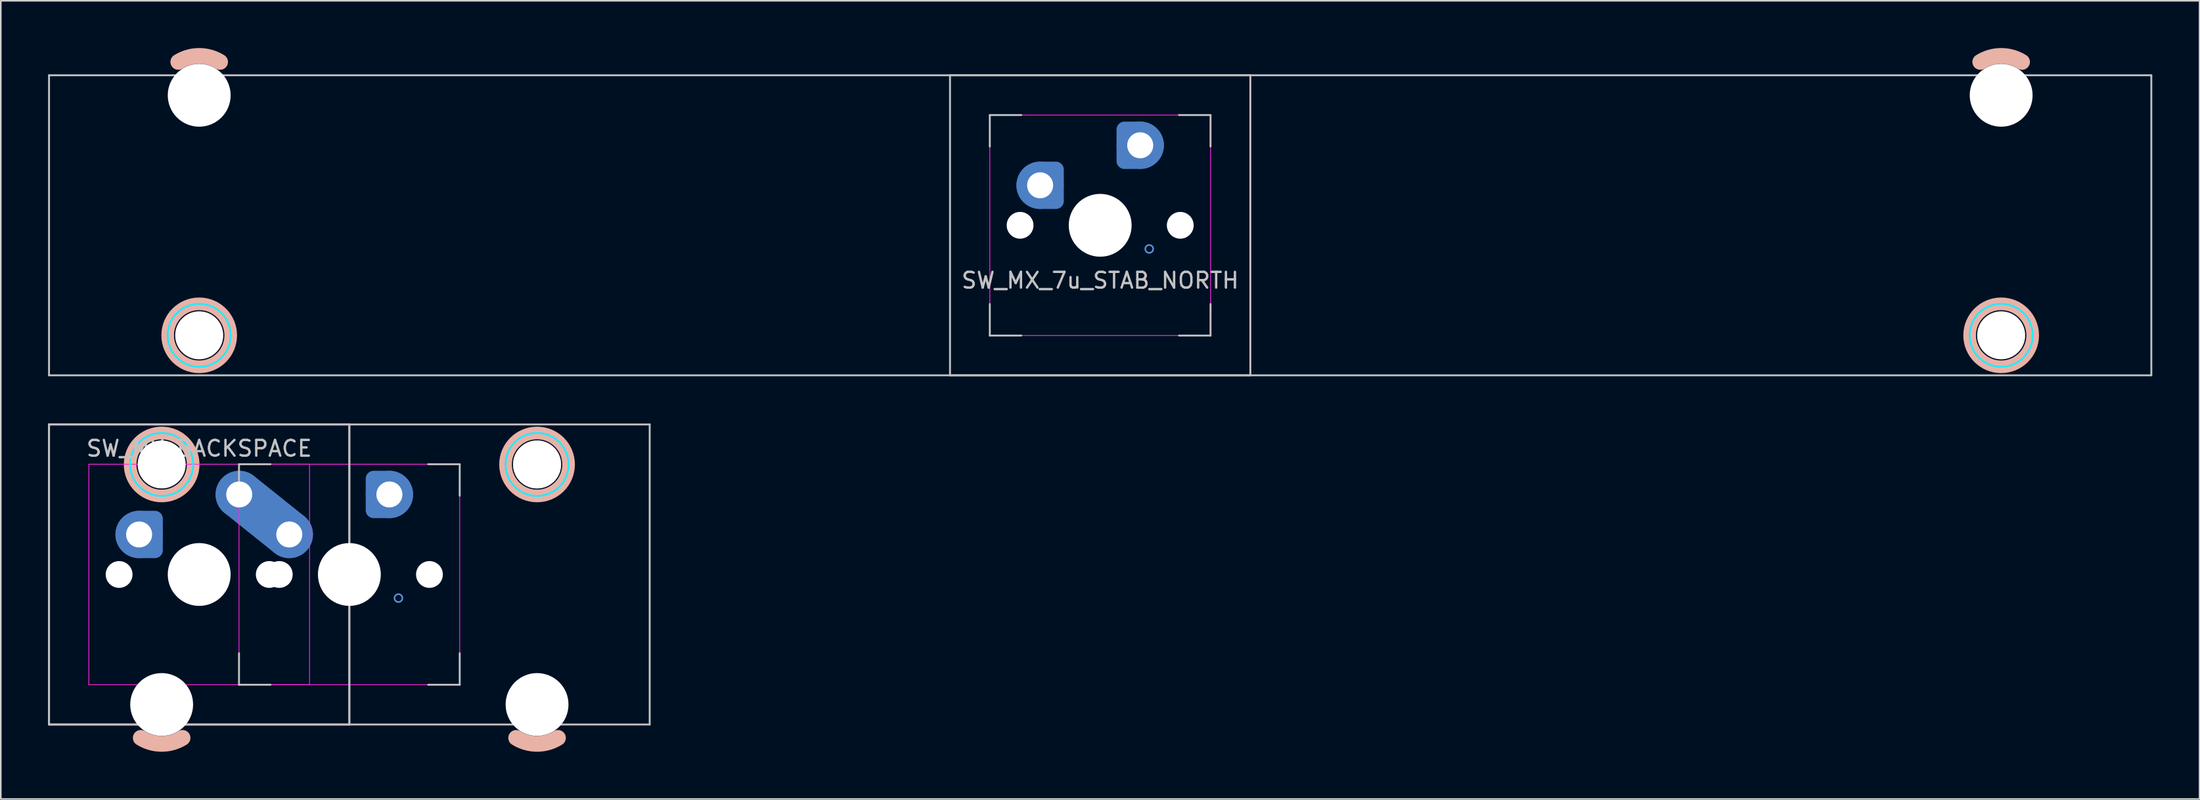
<source format=kicad_pcb>
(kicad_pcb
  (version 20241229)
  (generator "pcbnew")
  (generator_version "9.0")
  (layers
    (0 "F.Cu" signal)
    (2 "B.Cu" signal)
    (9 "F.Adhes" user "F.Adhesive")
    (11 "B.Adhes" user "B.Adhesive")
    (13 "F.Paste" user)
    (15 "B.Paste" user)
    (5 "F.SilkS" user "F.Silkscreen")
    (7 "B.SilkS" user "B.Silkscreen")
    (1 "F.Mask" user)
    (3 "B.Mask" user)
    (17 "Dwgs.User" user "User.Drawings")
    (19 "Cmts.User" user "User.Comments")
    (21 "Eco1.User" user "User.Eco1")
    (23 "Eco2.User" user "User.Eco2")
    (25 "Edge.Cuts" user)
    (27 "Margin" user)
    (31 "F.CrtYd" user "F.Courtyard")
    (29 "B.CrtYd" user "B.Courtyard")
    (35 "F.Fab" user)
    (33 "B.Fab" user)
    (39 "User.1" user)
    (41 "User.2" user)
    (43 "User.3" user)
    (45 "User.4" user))
  (footprint "SW_MX_BACKSPACE"
    (layer "F.Cu")
    (at 9.585 33.425)
    (property "Reference" "SW_MX_BACKSPACE" (at 0 -8 0) (layer "Dwgs.User") (effects (font (size 1 1) (thickness 0.15))))
    (attr through_hole exclude_from_pos_files exclude_from_bom)
    (fp_arc (start -1.056252 10.374995) (mid -2.38125 10.755) (end -3.706248 10.374995) (stroke (width 1) (type default)) (layer "B.SilkS"))
    (fp_arc (start 22.756248 10.374995) (mid 21.43125 10.755) (end 20.106252 10.374995) (stroke (width 1) (type default)) (layer "B.SilkS"))
    (fp_circle (center -2.381 -6.985) (end -4.381 -6.985) (stroke (width 0.8) (type solid)) (fill no) (layer "B.SilkS"))
    (fp_circle (center 21.431 -6.985) (end 19.431 -6.985) (stroke (width 0.8) (type solid)) (fill no) (layer "B.SilkS"))
    (fp_line (start -9.525 -9.525) (end -9.525 9.525) (stroke (width 0.12) (type solid)) (layer "Dwgs.User"))
    (fp_line (start -9.525 -9.525) (end -9.525 9.525) (stroke (width 0.12) (type solid)) (layer "Dwgs.User"))
    (fp_line (start -9.525 -9.525) (end 28.575 -9.525) (stroke (width 0.12) (type solid)) (layer "Dwgs.User"))
    (fp_line (start -9.525 9.525) (end 9.525 9.525) (stroke (width 0.12) (type solid)) (layer "Dwgs.User"))
    (fp_line (start -9.525 9.525) (end 28.575 9.525) (stroke (width 0.12) (type solid)) (layer "Dwgs.User"))
    (fp_line (start 2.525 -7) (end 4.525 -7) (stroke (width 0.12) (type solid)) (layer "Dwgs.User"))
    (fp_line (start 2.525 -5) (end 2.525 -7) (stroke (width 0.12) (type solid)) (layer "Dwgs.User"))
    (fp_line (start 2.525 7) (end 2.525 5) (stroke (width 0.12) (type solid)) (layer "Dwgs.User"))
    (fp_line (start 4.525 7) (end 2.525 7) (stroke (width 0.12) (type solid)) (layer "Dwgs.User"))
    (fp_line (start 9.525 -9.525) (end -9.525 -9.525) (stroke (width 0.12) (type solid)) (layer "Dwgs.User"))
    (fp_line (start 9.525 -9.525) (end 9.525 9.525) (stroke (width 0.12) (type solid)) (layer "Dwgs.User"))
    (fp_line (start 9.525 9.525) (end 9.525 -9.525) (stroke (width 0.12) (type solid)) (layer "Dwgs.User"))
    (fp_line (start 14.525 -7) (end 16.525 -7) (stroke (width 0.12) (type solid)) (layer "Dwgs.User"))
    (fp_line (start 14.525 7) (end 16.525 7) (stroke (width 0.12) (type solid)) (layer "Dwgs.User"))
    (fp_line (start 16.525 -7) (end 16.525 -5) (stroke (width 0.12) (type solid)) (layer "Dwgs.User"))
    (fp_line (start 16.525 7) (end 16.525 5) (stroke (width 0.12) (type solid)) (layer "Dwgs.User"))
    (fp_line (start 28.575 -9.525) (end 28.575 9.525) (stroke (width 0.12) (type solid)) (layer "Dwgs.User"))
    (fp_circle (center -3.81 -2.54) (end -3.81 -2.79) (stroke (width 0.1) (type default)) (fill no) (layer "Cmts.User"))
    (fp_circle (center 12.065 -5.08) (end 12.065 -4.83) (stroke (width 0.1) (type default)) (fill no) (layer "Cmts.User"))
    (fp_circle (center 12.637 1.5) (end 12.887 1.5) (stroke (width 0.1) (type default)) (fill no) (layer "Cmts.User"))
    (fp_line (start -7 6.5) (end -7 -6.5) (stroke (width 0.05) (type solid)) (layer "Eco2.User"))
    (fp_line (start -6.5 -7) (end 6.5 -7) (stroke (width 0.05) (type solid)) (layer "Eco2.User"))
    (fp_line (start -5.756 -5.5) (end -5.756 7.5) (stroke (width 0.05) (type solid)) (layer "Eco2.User"))
    (fp_line (start -5.256 -6) (end 0.494 -6) (stroke (width 0.05) (type solid)) (layer "Eco2.User"))
    (fp_line (start -5.256 8) (end 0.494 8) (stroke (width 0.05) (type solid)) (layer "Eco2.User"))
    (fp_line (start 0.994 -5.5) (end 0.994 7.5) (stroke (width 0.05) (type solid)) (layer "Eco2.User"))
    (fp_line (start 2.525 6.5) (end 2.525 -6.5) (stroke (width 0.05) (type solid)) (layer "Eco2.User"))
    (fp_line (start 3.025 -7) (end 16.025 -7) (stroke (width 0.05) (type solid)) (layer "Eco2.User"))
    (fp_line (start 6.5 7) (end -6.5 7) (stroke (width 0.05) (type solid)) (layer "Eco2.User"))
    (fp_line (start 16.025 7) (end 3.025 7) (stroke (width 0.05) (type solid)) (layer "Eco2.User"))
    (fp_line (start 16.525 -6.5) (end 16.525 6.5) (stroke (width 0.05) (type solid)) (layer "Eco2.User"))
    (fp_line (start 18.056 -5.5) (end 18.056 7.5) (stroke (width 0.05) (type solid)) (layer "Eco2.User"))
    (fp_line (start 18.556 -6) (end 24.305 -6) (stroke (width 0.05) (type solid)) (layer "Eco2.User"))
    (fp_line (start 18.556 8) (end 24.306 8) (stroke (width 0.05) (type solid)) (layer "Eco2.User"))
    (fp_line (start 24.805 -5.5) (end 24.806 7.5) (stroke (width 0.05) (type solid)) (layer "Eco2.User"))
    (fp_arc (start -7 -6.5) (mid -6.853553 -6.853553) (end -6.5 -7) (stroke (width 0.05) (type solid)) (layer "Eco2.User"))
    (fp_arc (start -6.5 7) (mid -6.853553 6.853553) (end -7 6.5) (stroke (width 0.05) (type solid)) (layer "Eco2.User"))
    (fp_arc (start -5.75625 -5.499999) (mid -5.609803 -5.853552) (end -5.25625 -5.999999) (stroke (width 0.05) (type solid)) (layer "Eco2.User"))
    (fp_arc (start -5.25625 8.000001) (mid -5.609803 7.853554) (end -5.75625 7.500001) (stroke (width 0.05) (type solid)) (layer "Eco2.User"))
    (fp_arc (start 0.49375 -5.999999) (mid 0.847303 -5.853552) (end 0.99375 -5.499999) (stroke (width 0.05) (type solid)) (layer "Eco2.User"))
    (fp_arc (start 0.99375 7.500001) (mid 0.847303 7.853554) (end 0.49375 8.000001) (stroke (width 0.05) (type solid)) (layer "Eco2.User"))
    (fp_arc (start 2.525 -6.5) (mid 2.671447 -6.853553) (end 3.025 -7) (stroke (width 0.05) (type solid)) (layer "Eco2.User"))
    (fp_arc (start 3.025 7) (mid 2.671447 6.853553) (end 2.525 6.5) (stroke (width 0.05) (type solid)) (layer "Eco2.User"))
    (fp_arc (start 6.5 -7) (mid 6.853553 -6.853553) (end 7 -6.5) (stroke (width 0.05) (type solid)) (layer "Eco2.User"))
    (fp_arc (start 6.997236 6.498884) (mid 6.850789 6.852437) (end 6.497236 6.998884) (stroke (width 0.05) (type solid)) (layer "Eco2.User"))
    (fp_arc (start 16.025 -7) (mid 16.378553 -6.853553) (end 16.525 -6.5) (stroke (width 0.05) (type solid)) (layer "Eco2.User"))
    (fp_arc (start 16.522236 6.498884) (mid 16.375789 6.852437) (end 16.022236 6.998884) (stroke (width 0.05) (type solid)) (layer "Eco2.User"))
    (fp_arc (start 18.05625 -5.499999) (mid 18.202697 -5.853552) (end 18.55625 -5.999999) (stroke (width 0.05) (type solid)) (layer "Eco2.User"))
    (fp_arc (start 18.55625 8.000001) (mid 18.202697 7.853554) (end 18.05625 7.500001) (stroke (width 0.05) (type solid)) (layer "Eco2.User"))
    (fp_arc (start 24.305039 -5.999999) (mid 24.658592 -5.853552) (end 24.805039 -5.499999) (stroke (width 0.05) (type solid)) (layer "Eco2.User"))
    (fp_arc (start 24.80625 7.500001) (mid 24.659803 7.853554) (end 24.30625 8.000001) (stroke (width 0.05) (type solid)) (layer "Eco2.User"))
    (fp_circle (center -2.381 -6.985) (end -0.381 -6.985) (stroke (width 0.12) (type solid)) (fill no) (layer "B.CrtYd"))
    (fp_circle (center 21.431 -6.985) (end 23.431 -6.985) (stroke (width 0.12) (type solid)) (fill no) (layer "B.CrtYd"))
    (fp_line (start -7 -7) (end -7 7) (stroke (width 0.05) (type solid)) (layer "F.CrtYd"))
    (fp_line (start -7 7) (end 7 7) (stroke (width 0.05) (type solid)) (layer "F.CrtYd"))
    (fp_line (start 2.525 -7) (end 2.525 7) (stroke (width 0.05) (type solid)) (layer "F.CrtYd"))
    (fp_line (start 2.525 7) (end 16.525 7) (stroke (width 0.05) (type solid)) (layer "F.CrtYd"))
    (fp_line (start 7 -7) (end -7 -7) (stroke (width 0.05) (type solid)) (layer "F.CrtYd"))
    (fp_line (start 7 7) (end 7 -7) (stroke (width 0.05) (type solid)) (layer "F.CrtYd"))
    (fp_line (start 16.525 -7) (end 2.525 -7) (stroke (width 0.05) (type solid)) (layer "F.CrtYd"))
    (fp_line (start 16.525 7) (end 16.525 -7) (stroke (width 0.05) (type solid)) (layer "F.CrtYd"))
    (pad "" np_thru_hole circle (at -5.08 0) (size 1.7 1.7) (drill 1.7) (layers "*.Cu" "*.Mask"))
    (pad "" np_thru_hole circle (at -2.381 -6.985) (size 3.048 3.048) (drill 3.048) (layers "*.Cu" "*.Mask"))
    (pad "" np_thru_hole circle (at -2.381 8.255) (size 3.988 3.988) (drill 3.988) (layers "*.Cu" "*.Mask"))
    (pad "" np_thru_hole circle (at 0 0) (size 3.988 3.988) (drill 3.988) (layers "*.Cu" "*.Mask"))
    (pad "" np_thru_hole circle (at 4.445 0) (size 1.7 1.7) (drill 1.7) (layers "*.Cu" "*.Mask"))
    (pad "" np_thru_hole circle (at 5.08 0) (size 1.7 1.7) (drill 1.7) (layers "*.Cu" "*.Mask"))
    (pad "" np_thru_hole circle (at 9.525 0) (size 3.988 3.988) (drill 3.988) (layers "*.Cu" "*.Mask"))
    (pad "" np_thru_hole circle (at 14.605 0) (size 1.7 1.7) (drill 1.7) (layers "*.Cu" "*.Mask"))
    (pad "" thru_hole circle (at 21.431 -6.985) (size 3.048 3.048) (drill 3.048) (layers "*.Cu" "*.Mask"))
    (pad "" np_thru_hole circle (at 21.431 8.255) (size 3.988 3.988) (drill 3.988) (layers "*.Cu" "*.Mask"))
    (pad "1" thru_hole circle (at -3.81 -2.54) (size 2 2) (drill 1.65) (layers "*.Cu") (remove_unused_layers yes) (keep_end_layers yes) (zone_layer_connections))
    (pad "1" smd custom (at -3.81 -2.54) (size 2.5 2.5) (layers "B.Cu" "B.Mask") (options (anchor circle)) (primitives (gr_poly (pts (arc (start 1.25 -1) (mid 1.176777 -1.176777) (end 1 -1.25)) (arc (start 0 -1.25) (mid -1.25 0) (end 0 1.25)) (arc (start 1 1.25) (mid 1.176777 1.176777) (end 1.25 1))) (width 0.004) (fill yes))))
    (pad "1" smd circle (at -3.81 -2.54) (size 3 3) (layers "B.Cu"))
    (pad "1" smd custom (at -3.81 -2.54) (size 3 3) (layers "B.Cu") (options (anchor circle)) (primitives (gr_poly (pts (arc (start 0 1.5) (mid -1.5 0) (end 0 -1.5)) (arc (start 1 -1.5) (mid 1.353554 -1.353554) (end 1.5 -1)) (arc (start 1.5 1) (mid 1.353554 1.353554) (end 1 1.5))) (width 0.004) (fill yes))))
    (pad "1" thru_hole circle (at 12.065 -5.08 180) (size 2 2) (drill 1.65) (layers "*.Cu") (remove_unused_layers yes) (keep_end_layers yes) (zone_layer_connections))
    (pad "1" smd custom (at 12.065 -5.08 180) (size 2.5 2.5) (layers "B.Cu" "B.Mask") (options (anchor circle)) (primitives (gr_poly (pts (arc (start 1.25 -1) (mid 1.176777 -1.176777) (end 1 -1.25)) (arc (start 0 -1.25) (mid -1.25 0) (end 0 1.25)) (arc (start 1 1.25) (mid 1.176777 1.176777) (end 1.25 1))) (width 0.004) (fill yes))))
    (pad "1" smd circle (at 12.065 -5.08 180) (size 3 3) (layers "B.Cu"))
    (pad "1" smd custom (at 12.065 -5.08 180) (size 3 3) (layers "B.Cu") (options (anchor circle)) (primitives (gr_poly (pts (arc (start 0 1.5) (mid -1.5 0) (end 0 -1.5)) (arc (start 1 -1.5) (mid 1.353554 -1.353554) (end 1.5 -1)) (arc (start 1.5 1) (mid 1.353554 1.353554) (end 1 1.5))) (width 0.004) (fill yes))))
    (pad "2" thru_hole circle (at 2.54 -5.08) (size 2 2) (drill 1.65) (layers "*.Cu") (remove_unused_layers yes) (keep_end_layers yes) (zone_layer_connections))
    (pad "2" smd circle (at 2.54 -5.08) (size 2.5 2.5) (layers "B.Cu" "B.Mask"))
    (pad "2" smd circle (at 2.54 -5.08 180) (size 3 3) (layers "B.Cu"))
    (pad "2" smd oval (at 4.128 -3.81 321.3) (size 6.033 2) (layers "F.Cu"))
    (pad "2" smd oval (at 4.128 -3.81 321.3) (size 7.066 3) (layers "B.Cu"))
    (pad "2" thru_hole circle (at 5.715 -2.54) (size 2 2) (drill 1.65) (layers "*.Cu") (remove_unused_layers yes) (keep_end_layers yes) (zone_layer_connections))
    (pad "2" smd circle (at 5.715 -2.54 180) (size 2.5 2.5) (layers "B.Cu" "B.Mask"))
    (pad "2" smd circle (at 5.715 -2.54 180) (size 3 3) (layers "B.Cu")))
  (footprint "SW_MX_7u_STAB_NORTH"
    (layer "F.Cu")
    (at 66.735 11.255)
    (property "Reference" "SW_MX_7u_STAB_NORTH" (at 0 3.5 0) (layer "Dwgs.User") (effects (font (size 1 1) (thickness 0.15))))
    (attr through_hole exclude_from_pos_files exclude_from_bom)
    (fp_arc (start -58.474998 -10.374995) (mid -57.15 -10.755) (end -55.825002 -10.374995) (stroke (width 1) (type default)) (layer "B.SilkS"))
    (fp_arc (start 55.825002 -10.374995) (mid 57.15 -10.755) (end 58.474998 -10.374995) (stroke (width 1) (type default)) (layer "B.SilkS"))
    (fp_circle (center -57.15 6.985) (end -55.15 6.985) (stroke (width 0.8) (type solid)) (fill no) (layer "B.SilkS"))
    (fp_circle (center 57.15 6.985) (end 59.15 6.985) (stroke (width 0.8) (type solid)) (fill no) (layer "B.SilkS"))
    (fp_line (start -66.675 9.525) (end -66.675 -9.525) (stroke (width 0.12) (type solid)) (layer "Dwgs.User"))
    (fp_line (start -9.525 -9.525) (end -9.525 9.525) (stroke (width 0.12) (type solid)) (layer "Dwgs.User"))
    (fp_line (start -9.525 9.525) (end 9.525 9.525) (stroke (width 0.12) (type solid)) (layer "Dwgs.User"))
    (fp_line (start -7 -7) (end -7 -5) (stroke (width 0.12) (type solid)) (layer "Dwgs.User"))
    (fp_line (start -7 7) (end -7 5) (stroke (width 0.12) (type solid)) (layer "Dwgs.User"))
    (fp_line (start -5 -7) (end -7 -7) (stroke (width 0.12) (type solid)) (layer "Dwgs.User"))
    (fp_line (start -5 7) (end -7 7) (stroke (width 0.12) (type solid)) (layer "Dwgs.User"))
    (fp_line (start 5 -7) (end 7 -7) (stroke (width 0.12) (type solid)) (layer "Dwgs.User"))
    (fp_line (start 7 -7) (end 7 -5) (stroke (width 0.12) (type solid)) (layer "Dwgs.User"))
    (fp_line (start 7 5) (end 7 7) (stroke (width 0.12) (type solid)) (layer "Dwgs.User"))
    (fp_line (start 7 7) (end 5 7) (stroke (width 0.12) (type solid)) (layer "Dwgs.User"))
    (fp_line (start 9.525 -9.525) (end -9.525 -9.525) (stroke (width 0.12) (type solid)) (layer "Dwgs.User"))
    (fp_line (start 9.525 9.525) (end 9.525 -9.525) (stroke (width 0.12) (type solid)) (layer "Dwgs.User"))
    (fp_line (start 66.675 -9.525) (end -66.675 -9.525) (stroke (width 0.12) (type solid)) (layer "Dwgs.User"))
    (fp_line (start 66.675 9.525) (end -66.675 9.525) (stroke (width 0.12) (type solid)) (layer "Dwgs.User"))
    (fp_line (start 66.675 9.525) (end 66.675 -9.525) (stroke (width 0.12) (type solid)) (layer "Dwgs.User"))
    (fp_circle (center -3.81 -2.54) (end -3.81 -2.79) (stroke (width 0.1) (type default)) (fill no) (layer "Cmts.User"))
    (fp_circle (center 2.54 -5.08) (end 2.54 -5.33) (stroke (width 0.1) (type default)) (fill no) (layer "Cmts.User"))
    (fp_circle (center 3.112 1.5) (end 3.362 1.5) (stroke (width 0.1) (type default)) (fill no) (layer "Cmts.User"))
    (fp_line (start -60.524 5.5) (end -60.525 -7.5) (stroke (width 0.05) (type solid)) (layer "Eco2.User"))
    (fp_line (start -54.275 -8) (end -60.025 -8) (stroke (width 0.05) (type solid)) (layer "Eco2.User"))
    (fp_line (start -54.275 6) (end -60.024 6) (stroke (width 0.05) (type solid)) (layer "Eco2.User"))
    (fp_line (start -53.775 5.5) (end -53.775 -7.5) (stroke (width 0.05) (type solid)) (layer "Eco2.User"))
    (fp_line (start -7 6.5) (end -7 -6.5) (stroke (width 0.05) (type solid)) (layer "Eco2.User"))
    (fp_line (start -6.5 -7) (end 6.5 -7) (stroke (width 0.05) (type solid)) (layer "Eco2.User"))
    (fp_line (start 6.5 7) (end -6.5 7) (stroke (width 0.05) (type solid)) (layer "Eco2.User"))
    (fp_line (start 7 -6.5) (end 7 6.5) (stroke (width 0.05) (type solid)) (layer "Eco2.User"))
    (fp_line (start 53.775 5.5) (end 53.775 -7.5) (stroke (width 0.05) (type solid)) (layer "Eco2.User"))
    (fp_line (start 60.025 -8) (end 54.275 -8) (stroke (width 0.05) (type solid)) (layer "Eco2.User"))
    (fp_line (start 60.025 6) (end 54.275 6) (stroke (width 0.05) (type solid)) (layer "Eco2.User"))
    (fp_line (start 60.525 5.5) (end 60.525 -7.5) (stroke (width 0.05) (type solid)) (layer "Eco2.User"))
    (fp_arc (start -60.525 -7.500001) (mid -60.378553 -7.853554) (end -60.025 -8.000001) (stroke (width 0.05) (type solid)) (layer "Eco2.User"))
    (fp_arc (start -60.023789 5.999999) (mid -60.377347 5.853557) (end -60.523789 5.499999) (stroke (width 0.05) (type solid)) (layer "Eco2.User"))
    (fp_arc (start -54.275 -8.000001) (mid -53.921447 -7.853554) (end -53.775 -7.500001) (stroke (width 0.05) (type solid)) (layer "Eco2.User"))
    (fp_arc (start -53.775 5.499999) (mid -53.921446 5.853553) (end -54.275 5.999999) (stroke (width 0.05) (type solid)) (layer "Eco2.User"))
    (fp_arc (start -7 -6.5) (mid -6.853553 -6.853553) (end -6.5 -7) (stroke (width 0.05) (type solid)) (layer "Eco2.User"))
    (fp_arc (start -6.5 7) (mid -6.853553 6.853553) (end -7 6.5) (stroke (width 0.05) (type solid)) (layer "Eco2.User"))
    (fp_arc (start 6.5 -7) (mid 6.853553 -6.853553) (end 7 -6.5) (stroke (width 0.05) (type solid)) (layer "Eco2.User"))
    (fp_arc (start 6.997236 6.498884) (mid 6.850789 6.852437) (end 6.497236 6.998884) (stroke (width 0.05) (type solid)) (layer "Eco2.User"))
    (fp_arc (start 53.775 -7.500001) (mid 53.921447 -7.853554) (end 54.275 -8.000001) (stroke (width 0.05) (type solid)) (layer "Eco2.User"))
    (fp_arc (start 54.275 5.999999) (mid 53.921447 5.853552) (end 53.775 5.499999) (stroke (width 0.05) (type solid)) (layer "Eco2.User"))
    (fp_arc (start 60.025 -8.000001) (mid 60.378553 -7.853554) (end 60.525 -7.500001) (stroke (width 0.05) (type solid)) (layer "Eco2.User"))
    (fp_arc (start 60.525 5.499999) (mid 60.378553 5.853552) (end 60.025 5.999999) (stroke (width 0.05) (type solid)) (layer "Eco2.User"))
    (fp_circle (center -57.15 6.985) (end -59.15 6.985) (stroke (width 0.12) (type solid)) (fill no) (layer "B.CrtYd"))
    (fp_circle (center 57.15 6.985) (end 55.15 6.985) (stroke (width 0.12) (type solid)) (fill no) (layer "B.CrtYd"))
    (fp_line (start -7 -7) (end -7 7) (stroke (width 0.05) (type solid)) (layer "F.CrtYd"))
    (fp_line (start -7 7) (end 7 7) (stroke (width 0.05) (type solid)) (layer "F.CrtYd"))
    (fp_line (start 7 -7) (end -7 -7) (stroke (width 0.05) (type solid)) (layer "F.CrtYd"))
    (fp_line (start 7 7) (end 7 -7) (stroke (width 0.05) (type solid)) (layer "F.CrtYd"))
    (pad "" np_thru_hole circle (at -57.15 -8.255 180) (size 3.988 3.988) (drill 3.988) (layers "*.Cu" "*.Mask"))
    (pad "" np_thru_hole circle (at -57.15 6.985 180) (size 3.048 3.048) (drill 3.048) (layers "*.Cu" "*.Mask"))
    (pad "" np_thru_hole circle (at -5.08 0) (size 1.7 1.7) (drill 1.7) (layers "*.Cu" "*.Mask"))
    (pad "" np_thru_hole circle (at 0 0) (size 3.988 3.988) (drill 3.988) (layers "*.Cu" "*.Mask"))
    (pad "" np_thru_hole circle (at 5.08 0) (size 1.7 1.7) (drill 1.7) (layers "*.Cu" "*.Mask"))
    (pad "" np_thru_hole circle (at 57.15 -8.255 180) (size 3.988 3.988) (drill 3.988) (layers "*.Cu" "*.Mask"))
    (pad "" np_thru_hole circle (at 57.15 6.985 180) (size 3.048 3.048) (drill 3.048) (layers "*.Cu" "*.Mask"))
    (pad "1" thru_hole circle (at -3.81 -2.54) (size 2 2) (drill 1.65) (layers "*.Cu") (remove_unused_layers yes) (keep_end_layers yes) (zone_layer_connections))
    (pad "1" smd custom (at -3.81 -2.54) (size 2.7 2.7) (layers "B.Cu" "B.Mask") (options (anchor circle)) (primitives (gr_poly (pts (arc (start 0 1.35) (mid -1.35 0) (end 0 -1.35)) (arc (start 0.9 -1.35) (mid 1.218198 -1.218198) (end 1.35 -0.9)) (arc (start 1.35 0.9) (mid 1.218198 1.218198) (end 0.9 1.35))) (width 0.004) (fill yes))))
    (pad "1" smd circle (at -3.81 -2.54) (size 3 3) (layers "B.Cu"))
    (pad "1" smd custom (at -3.81 -2.54) (size 3 3) (layers "B.Cu") (options (anchor circle)) (primitives (gr_poly (pts (arc (start 0 1.5) (mid -1.5 0) (end 0 -1.5)) (arc (start 1 -1.5) (mid 1.353554 -1.353554) (end 1.5 -1)) (arc (start 1.5 1) (mid 1.353554 1.353554) (end 1 1.5))) (width 0.004) (fill yes))))
    (pad "2" thru_hole circle (at 2.54 -5.08 180) (size 2 2) (drill 1.65) (layers "*.Cu") (remove_unused_layers yes) (keep_end_layers yes) (zone_layer_connections))
    (pad "2" smd custom (at 2.54 -5.08 180) (size 2.7 2.7) (layers "B.Cu" "B.Mask") (options (anchor circle)) (primitives (gr_poly (pts (arc (start 0 1.35) (mid -1.35 0) (end 0 -1.35)) (arc (start 0.9 -1.35) (mid 1.218198 -1.218198) (end 1.35 -0.9)) (arc (start 1.35 0.9) (mid 1.218198 1.218198) (end 0.9 1.35))) (width 0.004) (fill yes))))
    (pad "2" smd circle (at 2.54 -5.08) (size 3 3) (layers "B.Cu"))
    (pad "2" smd custom (at 2.54 -5.08 180) (size 3 3) (layers "B.Cu") (options (anchor circle)) (primitives (gr_poly (pts (arc (start 0 1.5) (mid -1.5 0) (end 0 -1.5)) (arc (start 1 -1.5) (mid 1.353554 -1.353554) (end 1.5 -1)) (arc (start 1.5 1) (mid 1.353554 1.353554) (end 1 1.5))) (width 0.004) (fill yes)))))
  (gr_rect
    (start -3 -3)
    (end 136.47 47.68)
    (stroke (width 0.1) (type default))
    (fill no)
    (layer "Edge.Cuts")))
</source>
